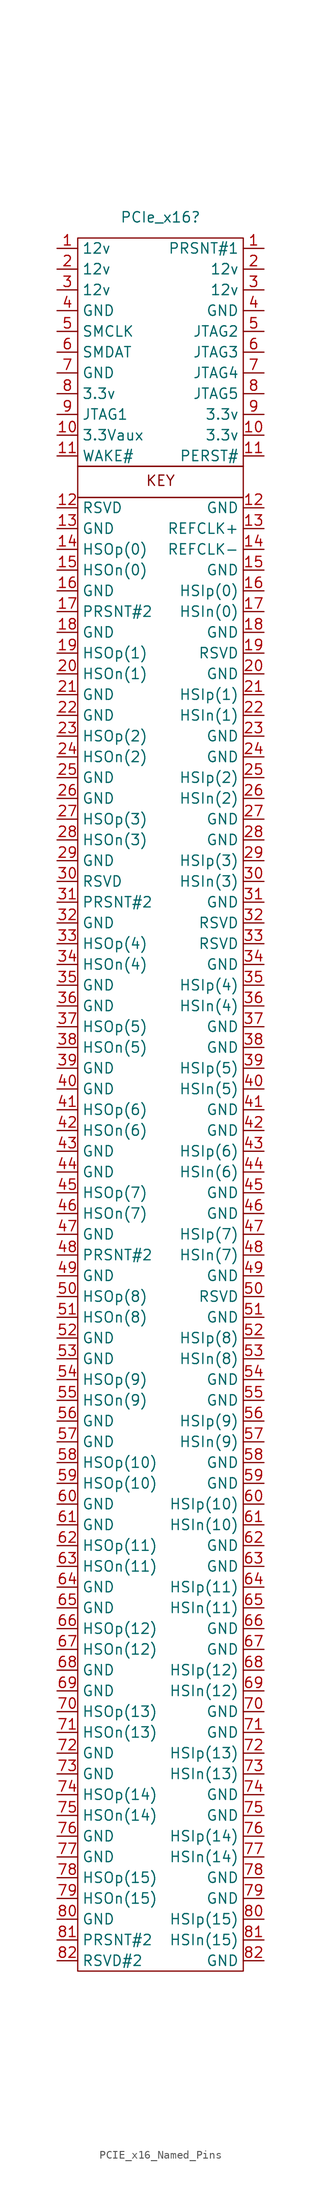
<source format=kicad_sym>
(kicad_symbol_lib
  (version 20220914)
  (generator kicad_symbol_editor)
  (symbol "PCIE_x16_Named_Pins"
    (property "Reference" "PCIe_x16"
      (at 0 2.54 0)
      (effects (font (size 1.27 1.27))))
    (property "Value" ""
      (at -11.43 -1.27 0)
      (effects (font (size 1.27 1.27))))
    (symbol "PCIE_x16_Named_Pins_1_1"
      (rectangle (start -10.16 -31.75) (end 10.16 -212.09) (stroke (width 0) (type default)) (fill (type none)))
      (rectangle (start -10.16 0) (end 10.16 -27.94) (stroke (width 0) (type default)) (fill (type none)))
      (text_box "KEY" (at -10.16 -27.94 0) (size 20.32 -3.81) (stroke (width 0) (type default)) (fill (type none)) (effects (font (size 1.27 1.27)) (justify top)))
      (pin input line (at -12.7 -1.27 0) (length 2.54) (name "12v" (effects (font (size 1.27 1.27)))) (number "1" (effects (font (size 1.27 1.27)))))
      (pin input line (at 12.7 -1.27 180) (length 2.54) (name "PRSNT#1" (effects (font (size 1.27 1.27)))) (number "1" (effects (font (size 1.27 1.27)))))
      (pin input line (at -12.7 -24.13 0) (length 2.54) (name "3.3Vaux" (effects (font (size 1.27 1.27)))) (number "10" (effects (font (size 1.27 1.27)))))
      (pin input line (at 12.7 -24.13 180) (length 2.54) (name "3.3v" (effects (font (size 1.27 1.27)))) (number "10" (effects (font (size 1.27 1.27)))))
      (pin input line (at 12.7 -26.67 180) (length 2.54) (name "PERST#" (effects (font (size 1.27 1.27)))) (number "11" (effects (font (size 1.27 1.27)))))
      (pin input line (at -12.7 -26.67 0) (length 2.54) (name "WAKE#" (effects (font (size 1.27 1.27)))) (number "11" (effects (font (size 1.27 1.27)))))
      (pin input line (at 12.7 -33.02 180) (length 2.54) (name "GND" (effects (font (size 1.27 1.27)))) (number "12" (effects (font (size 1.27 1.27)))))
      (pin input line (at -12.7 -33.02 0) (length 2.54) (name "RSVD" (effects (font (size 1.27 1.27)))) (number "12" (effects (font (size 1.27 1.27)))))
      (pin input line (at -12.7 -35.56 0) (length 2.54) (name "GND" (effects (font (size 1.27 1.27)))) (number "13" (effects (font (size 1.27 1.27)))))
      (pin input line (at 12.7 -35.56 180) (length 2.54) (name "REFCLK+" (effects (font (size 1.27 1.27)))) (number "13" (effects (font (size 1.27 1.27)))))
      (pin input line (at -12.7 -38.1 0) (length 2.54) (name "HSOp(0)" (effects (font (size 1.27 1.27)))) (number "14" (effects (font (size 1.27 1.27)))))
      (pin input line (at 12.7 -38.1 180) (length 2.54) (name "REFCLK-" (effects (font (size 1.27 1.27)))) (number "14" (effects (font (size 1.27 1.27)))))
      (pin input line (at 12.7 -40.64 180) (length 2.54) (name "GND" (effects (font (size 1.27 1.27)))) (number "15" (effects (font (size 1.27 1.27)))))
      (pin input line (at -12.7 -40.64 0) (length 2.54) (name "HSOn(0)" (effects (font (size 1.27 1.27)))) (number "15" (effects (font (size 1.27 1.27)))))
      (pin input line (at -12.7 -43.18 0) (length 2.54) (name "GND" (effects (font (size 1.27 1.27)))) (number "16" (effects (font (size 1.27 1.27)))))
      (pin input line (at 12.7 -43.18 180) (length 2.54) (name "HSIp(0)" (effects (font (size 1.27 1.27)))) (number "16" (effects (font (size 1.27 1.27)))))
      (pin input line (at 12.7 -45.72 180) (length 2.54) (name "HSIn(0)" (effects (font (size 1.27 1.27)))) (number "17" (effects (font (size 1.27 1.27)))))
      (pin input line (at -12.7 -45.72 0) (length 2.54) (name "PRSNT#2" (effects (font (size 1.27 1.27)))) (number "17" (effects (font (size 1.27 1.27)))))
      (pin input line (at -12.7 -48.26 0) (length 2.54) (name "GND" (effects (font (size 1.27 1.27)))) (number "18" (effects (font (size 1.27 1.27)))))
      (pin input line (at 12.7 -48.26 180) (length 2.54) (name "GND" (effects (font (size 1.27 1.27)))) (number "18" (effects (font (size 1.27 1.27)))))
      (pin input line (at -12.7 -50.8 0) (length 2.54) (name "HSOp(1)" (effects (font (size 1.27 1.27)))) (number "19" (effects (font (size 1.27 1.27)))))
      (pin input line (at 12.7 -50.8 180) (length 2.54) (name "RSVD" (effects (font (size 1.27 1.27)))) (number "19" (effects (font (size 1.27 1.27)))))
      (pin input line (at -12.7 -3.81 0) (length 2.54) (name "12v" (effects (font (size 1.27 1.27)))) (number "2" (effects (font (size 1.27 1.27)))))
      (pin input line (at 12.7 -3.81 180) (length 2.54) (name "12v" (effects (font (size 1.27 1.27)))) (number "2" (effects (font (size 1.27 1.27)))))
      (pin input line (at 12.7 -53.34 180) (length 2.54) (name "GND" (effects (font (size 1.27 1.27)))) (number "20" (effects (font (size 1.27 1.27)))))
      (pin input line (at -12.7 -53.34 0) (length 2.54) (name "HSOn(1)" (effects (font (size 1.27 1.27)))) (number "20" (effects (font (size 1.27 1.27)))))
      (pin input line (at -12.7 -55.88 0) (length 2.54) (name "GND" (effects (font (size 1.27 1.27)))) (number "21" (effects (font (size 1.27 1.27)))))
      (pin input line (at 12.7 -55.88 180) (length 2.54) (name "HSIp(1)" (effects (font (size 1.27 1.27)))) (number "21" (effects (font (size 1.27 1.27)))))
      (pin input line (at -12.7 -58.42 0) (length 2.54) (name "GND" (effects (font (size 1.27 1.27)))) (number "22" (effects (font (size 1.27 1.27)))))
      (pin input line (at 12.7 -58.42 180) (length 2.54) (name "HSIn(1)" (effects (font (size 1.27 1.27)))) (number "22" (effects (font (size 1.27 1.27)))))
      (pin input line (at 12.7 -60.96 180) (length 2.54) (name "GND" (effects (font (size 1.27 1.27)))) (number "23" (effects (font (size 1.27 1.27)))))
      (pin input line (at -12.7 -60.96 0) (length 2.54) (name "HSOp(2)" (effects (font (size 1.27 1.27)))) (number "23" (effects (font (size 1.27 1.27)))))
      (pin input line (at 12.7 -63.5 180) (length 2.54) (name "GND" (effects (font (size 1.27 1.27)))) (number "24" (effects (font (size 1.27 1.27)))))
      (pin input line (at -12.7 -63.5 0) (length 2.54) (name "HSOn(2)" (effects (font (size 1.27 1.27)))) (number "24" (effects (font (size 1.27 1.27)))))
      (pin input line (at -12.7 -66.04 0) (length 2.54) (name "GND" (effects (font (size 1.27 1.27)))) (number "25" (effects (font (size 1.27 1.27)))))
      (pin input line (at 12.7 -66.04 180) (length 2.54) (name "HSIp(2)" (effects (font (size 1.27 1.27)))) (number "25" (effects (font (size 1.27 1.27)))))
      (pin input line (at -12.7 -68.58 0) (length 2.54) (name "GND" (effects (font (size 1.27 1.27)))) (number "26" (effects (font (size 1.27 1.27)))))
      (pin input line (at 12.7 -68.58 180) (length 2.54) (name "HSIn(2)" (effects (font (size 1.27 1.27)))) (number "26" (effects (font (size 1.27 1.27)))))
      (pin input line (at 12.7 -71.12 180) (length 2.54) (name "GND" (effects (font (size 1.27 1.27)))) (number "27" (effects (font (size 1.27 1.27)))))
      (pin input line (at -12.7 -71.12 0) (length 2.54) (name "HSOp(3)" (effects (font (size 1.27 1.27)))) (number "27" (effects (font (size 1.27 1.27)))))
      (pin input line (at 12.7 -73.66 180) (length 2.54) (name "GND" (effects (font (size 1.27 1.27)))) (number "28" (effects (font (size 1.27 1.27)))))
      (pin input line (at -12.7 -73.66 0) (length 2.54) (name "HSOn(3)" (effects (font (size 1.27 1.27)))) (number "28" (effects (font (size 1.27 1.27)))))
      (pin input line (at -12.7 -76.2 0) (length 2.54) (name "GND" (effects (font (size 1.27 1.27)))) (number "29" (effects (font (size 1.27 1.27)))))
      (pin input line (at 12.7 -76.2 180) (length 2.54) (name "HSIp(3)" (effects (font (size 1.27 1.27)))) (number "29" (effects (font (size 1.27 1.27)))))
      (pin input line (at -12.7 -6.35 0) (length 2.54) (name "12v" (effects (font (size 1.27 1.27)))) (number "3" (effects (font (size 1.27 1.27)))))
      (pin input line (at 12.7 -6.35 180) (length 2.54) (name "12v" (effects (font (size 1.27 1.27)))) (number "3" (effects (font (size 1.27 1.27)))))
      (pin input line (at 12.7 -78.74 180) (length 2.54) (name "HSIn(3)" (effects (font (size 1.27 1.27)))) (number "30" (effects (font (size 1.27 1.27)))))
      (pin input line (at -12.7 -78.74 0) (length 2.54) (name "RSVD" (effects (font (size 1.27 1.27)))) (number "30" (effects (font (size 1.27 1.27)))))
      (pin input line (at 12.7 -81.28 180) (length 2.54) (name "GND" (effects (font (size 1.27 1.27)))) (number "31" (effects (font (size 1.27 1.27)))))
      (pin input line (at -12.7 -81.28 0) (length 2.54) (name "PRSNT#2" (effects (font (size 1.27 1.27)))) (number "31" (effects (font (size 1.27 1.27)))))
      (pin input line (at -12.7 -83.82 0) (length 2.54) (name "GND" (effects (font (size 1.27 1.27)))) (number "32" (effects (font (size 1.27 1.27)))))
      (pin input line (at 12.7 -83.82 180) (length 2.54) (name "RSVD" (effects (font (size 1.27 1.27)))) (number "32" (effects (font (size 1.27 1.27)))))
      (pin input line (at -12.7 -86.36 0) (length 2.54) (name "HSOp(4)" (effects (font (size 1.27 1.27)))) (number "33" (effects (font (size 1.27 1.27)))))
      (pin input line (at 12.7 -86.36 180) (length 2.54) (name "RSVD" (effects (font (size 1.27 1.27)))) (number "33" (effects (font (size 1.27 1.27)))))
      (pin input line (at 12.7 -88.9 180) (length 2.54) (name "GND" (effects (font (size 1.27 1.27)))) (number "34" (effects (font (size 1.27 1.27)))))
      (pin input line (at -12.7 -88.9 0) (length 2.54) (name "HSOn(4)" (effects (font (size 1.27 1.27)))) (number "34" (effects (font (size 1.27 1.27)))))
      (pin input line (at -12.7 -91.44 0) (length 2.54) (name "GND" (effects (font (size 1.27 1.27)))) (number "35" (effects (font (size 1.27 1.27)))))
      (pin input line (at 12.7 -91.44 180) (length 2.54) (name "HSIp(4)" (effects (font (size 1.27 1.27)))) (number "35" (effects (font (size 1.27 1.27)))))
      (pin input line (at -12.7 -93.98 0) (length 2.54) (name "GND" (effects (font (size 1.27 1.27)))) (number "36" (effects (font (size 1.27 1.27)))))
      (pin input line (at 12.7 -93.98 180) (length 2.54) (name "HSIn(4)" (effects (font (size 1.27 1.27)))) (number "36" (effects (font (size 1.27 1.27)))))
      (pin input line (at 12.7 -96.52 180) (length 2.54) (name "GND" (effects (font (size 1.27 1.27)))) (number "37" (effects (font (size 1.27 1.27)))))
      (pin input line (at -12.7 -96.52 0) (length 2.54) (name "HSOp(5)" (effects (font (size 1.27 1.27)))) (number "37" (effects (font (size 1.27 1.27)))))
      (pin input line (at 12.7 -99.06 180) (length 2.54) (name "GND" (effects (font (size 1.27 1.27)))) (number "38" (effects (font (size 1.27 1.27)))))
      (pin input line (at -12.7 -99.06 0) (length 2.54) (name "HSOn(5)" (effects (font (size 1.27 1.27)))) (number "38" (effects (font (size 1.27 1.27)))))
      (pin input line (at -12.7 -101.6 0) (length 2.54) (name "GND" (effects (font (size 1.27 1.27)))) (number "39" (effects (font (size 1.27 1.27)))))
      (pin input line (at 12.7 -101.6 180) (length 2.54) (name "HSIp(5)" (effects (font (size 1.27 1.27)))) (number "39" (effects (font (size 1.27 1.27)))))
      (pin input line (at -12.7 -8.89 0) (length 2.54) (name "GND" (effects (font (size 1.27 1.27)))) (number "4" (effects (font (size 1.27 1.27)))))
      (pin input line (at 12.7 -8.89 180) (length 2.54) (name "GND" (effects (font (size 1.27 1.27)))) (number "4" (effects (font (size 1.27 1.27)))))
      (pin input line (at -12.7 -104.14 0) (length 2.54) (name "GND" (effects (font (size 1.27 1.27)))) (number "40" (effects (font (size 1.27 1.27)))))
      (pin input line (at 12.7 -104.14 180) (length 2.54) (name "HSIn(5)" (effects (font (size 1.27 1.27)))) (number "40" (effects (font (size 1.27 1.27)))))
      (pin input line (at 12.7 -106.68 180) (length 2.54) (name "GND" (effects (font (size 1.27 1.27)))) (number "41" (effects (font (size 1.27 1.27)))))
      (pin input line (at -12.7 -106.68 0) (length 2.54) (name "HSOp(6)" (effects (font (size 1.27 1.27)))) (number "41" (effects (font (size 1.27 1.27)))))
      (pin input line (at 12.7 -109.22 180) (length 2.54) (name "GND" (effects (font (size 1.27 1.27)))) (number "42" (effects (font (size 1.27 1.27)))))
      (pin input line (at -12.7 -109.22 0) (length 2.54) (name "HSOn(6)" (effects (font (size 1.27 1.27)))) (number "42" (effects (font (size 1.27 1.27)))))
      (pin input line (at -12.7 -111.76 0) (length 2.54) (name "GND" (effects (font (size 1.27 1.27)))) (number "43" (effects (font (size 1.27 1.27)))))
      (pin input line (at 12.7 -111.76 180) (length 2.54) (name "HSIp(6)" (effects (font (size 1.27 1.27)))) (number "43" (effects (font (size 1.27 1.27)))))
      (pin input line (at -12.7 -114.3 0) (length 2.54) (name "GND" (effects (font (size 1.27 1.27)))) (number "44" (effects (font (size 1.27 1.27)))))
      (pin input line (at 12.7 -114.3 180) (length 2.54) (name "HSIn(6)" (effects (font (size 1.27 1.27)))) (number "44" (effects (font (size 1.27 1.27)))))
      (pin input line (at 12.7 -116.84 180) (length 2.54) (name "GND" (effects (font (size 1.27 1.27)))) (number "45" (effects (font (size 1.27 1.27)))))
      (pin input line (at -12.7 -116.84 0) (length 2.54) (name "HSOp(7)" (effects (font (size 1.27 1.27)))) (number "45" (effects (font (size 1.27 1.27)))))
      (pin input line (at 12.7 -119.38 180) (length 2.54) (name "GND" (effects (font (size 1.27 1.27)))) (number "46" (effects (font (size 1.27 1.27)))))
      (pin input line (at -12.7 -119.38 0) (length 2.54) (name "HSOn(7)" (effects (font (size 1.27 1.27)))) (number "46" (effects (font (size 1.27 1.27)))))
      (pin input line (at -12.7 -121.92 0) (length 2.54) (name "GND" (effects (font (size 1.27 1.27)))) (number "47" (effects (font (size 1.27 1.27)))))
      (pin input line (at 12.7 -121.92 180) (length 2.54) (name "HSIp(7)" (effects (font (size 1.27 1.27)))) (number "47" (effects (font (size 1.27 1.27)))))
      (pin input line (at 12.7 -124.46 180) (length 2.54) (name "HSIn(7)" (effects (font (size 1.27 1.27)))) (number "48" (effects (font (size 1.27 1.27)))))
      (pin input line (at -12.7 -124.46 0) (length 2.54) (name "PRSNT#2" (effects (font (size 1.27 1.27)))) (number "48" (effects (font (size 1.27 1.27)))))
      (pin input line (at -12.7 -127 0) (length 2.54) (name "GND" (effects (font (size 1.27 1.27)))) (number "49" (effects (font (size 1.27 1.27)))))
      (pin input line (at 12.7 -127 180) (length 2.54) (name "GND" (effects (font (size 1.27 1.27)))) (number "49" (effects (font (size 1.27 1.27)))))
      (pin input line (at 12.7 -11.43 180) (length 2.54) (name "JTAG2" (effects (font (size 1.27 1.27)))) (number "5" (effects (font (size 1.27 1.27)))))
      (pin input line (at -12.7 -11.43 0) (length 2.54) (name "SMCLK" (effects (font (size 1.27 1.27)))) (number "5" (effects (font (size 1.27 1.27)))))
      (pin input line (at -12.7 -129.54 0) (length 2.54) (name "HSOp(8)" (effects (font (size 1.27 1.27)))) (number "50" (effects (font (size 1.27 1.27)))))
      (pin input line (at 12.7 -129.54 180) (length 2.54) (name "RSVD" (effects (font (size 1.27 1.27)))) (number "50" (effects (font (size 1.27 1.27)))))
      (pin input line (at 12.7 -132.08 180) (length 2.54) (name "GND" (effects (font (size 1.27 1.27)))) (number "51" (effects (font (size 1.27 1.27)))))
      (pin input line (at -12.7 -132.08 0) (length 2.54) (name "HSOn(8)" (effects (font (size 1.27 1.27)))) (number "51" (effects (font (size 1.27 1.27)))))
      (pin input line (at -12.7 -134.62 0) (length 2.54) (name "GND" (effects (font (size 1.27 1.27)))) (number "52" (effects (font (size 1.27 1.27)))))
      (pin input line (at 12.7 -134.62 180) (length 2.54) (name "HSIp(8)" (effects (font (size 1.27 1.27)))) (number "52" (effects (font (size 1.27 1.27)))))
      (pin input line (at -12.7 -137.16 0) (length 2.54) (name "GND" (effects (font (size 1.27 1.27)))) (number "53" (effects (font (size 1.27 1.27)))))
      (pin input line (at 12.7 -137.16 180) (length 2.54) (name "HSIn(8)" (effects (font (size 1.27 1.27)))) (number "53" (effects (font (size 1.27 1.27)))))
      (pin input line (at 12.7 -139.7 180) (length 2.54) (name "GND" (effects (font (size 1.27 1.27)))) (number "54" (effects (font (size 1.27 1.27)))))
      (pin input line (at -12.7 -139.7 0) (length 2.54) (name "HSOp(9)" (effects (font (size 1.27 1.27)))) (number "54" (effects (font (size 1.27 1.27)))))
      (pin input line (at 12.7 -142.24 180) (length 2.54) (name "GND" (effects (font (size 1.27 1.27)))) (number "55" (effects (font (size 1.27 1.27)))))
      (pin input line (at -12.7 -142.24 0) (length 2.54) (name "HSOn(9)" (effects (font (size 1.27 1.27)))) (number "55" (effects (font (size 1.27 1.27)))))
      (pin input line (at -12.7 -144.78 0) (length 2.54) (name "GND" (effects (font (size 1.27 1.27)))) (number "56" (effects (font (size 1.27 1.27)))))
      (pin input line (at 12.7 -144.78 180) (length 2.54) (name "HSIp(9)" (effects (font (size 1.27 1.27)))) (number "56" (effects (font (size 1.27 1.27)))))
      (pin input line (at -12.7 -147.32 0) (length 2.54) (name "GND" (effects (font (size 1.27 1.27)))) (number "57" (effects (font (size 1.27 1.27)))))
      (pin input line (at 12.7 -147.32 180) (length 2.54) (name "HSIn(9)" (effects (font (size 1.27 1.27)))) (number "57" (effects (font (size 1.27 1.27)))))
      (pin input line (at 12.7 -149.86 180) (length 2.54) (name "GND" (effects (font (size 1.27 1.27)))) (number "58" (effects (font (size 1.27 1.27)))))
      (pin input line (at -12.7 -149.86 0) (length 2.54) (name "HSOp(10)" (effects (font (size 1.27 1.27)))) (number "58" (effects (font (size 1.27 1.27)))))
      (pin input line (at 12.7 -152.4 180) (length 2.54) (name "GND" (effects (font (size 1.27 1.27)))) (number "59" (effects (font (size 1.27 1.27)))))
      (pin input line (at -12.7 -152.4 0) (length 2.54) (name "HSOp(10)" (effects (font (size 1.27 1.27)))) (number "59" (effects (font (size 1.27 1.27)))))
      (pin input line (at 12.7 -13.97 180) (length 2.54) (name "JTAG3" (effects (font (size 1.27 1.27)))) (number "6" (effects (font (size 1.27 1.27)))))
      (pin input line (at -12.7 -13.97 0) (length 2.54) (name "SMDAT" (effects (font (size 1.27 1.27)))) (number "6" (effects (font (size 1.27 1.27)))))
      (pin input line (at -12.7 -154.94 0) (length 2.54) (name "GND" (effects (font (size 1.27 1.27)))) (number "60" (effects (font (size 1.27 1.27)))))
      (pin input line (at 12.7 -154.94 180) (length 2.54) (name "HSIp(10)" (effects (font (size 1.27 1.27)))) (number "60" (effects (font (size 1.27 1.27)))))
      (pin input line (at -12.7 -157.48 0) (length 2.54) (name "GND" (effects (font (size 1.27 1.27)))) (number "61" (effects (font (size 1.27 1.27)))))
      (pin input line (at 12.7 -157.48 180) (length 2.54) (name "HSIn(10)" (effects (font (size 1.27 1.27)))) (number "61" (effects (font (size 1.27 1.27)))))
      (pin input line (at 12.7 -160.02 180) (length 2.54) (name "GND" (effects (font (size 1.27 1.27)))) (number "62" (effects (font (size 1.27 1.27)))))
      (pin input line (at -12.7 -160.02 0) (length 2.54) (name "HSOp(11)" (effects (font (size 1.27 1.27)))) (number "62" (effects (font (size 1.27 1.27)))))
      (pin input line (at 12.7 -162.56 180) (length 2.54) (name "GND" (effects (font (size 1.27 1.27)))) (number "63" (effects (font (size 1.27 1.27)))))
      (pin input line (at -12.7 -162.56 0) (length 2.54) (name "HSOn(11)" (effects (font (size 1.27 1.27)))) (number "63" (effects (font (size 1.27 1.27)))))
      (pin input line (at -12.7 -165.1 0) (length 2.54) (name "GND" (effects (font (size 1.27 1.27)))) (number "64" (effects (font (size 1.27 1.27)))))
      (pin input line (at 12.7 -165.1 180) (length 2.54) (name "HSIp(11)" (effects (font (size 1.27 1.27)))) (number "64" (effects (font (size 1.27 1.27)))))
      (pin input line (at -12.7 -167.64 0) (length 2.54) (name "GND" (effects (font (size 1.27 1.27)))) (number "65" (effects (font (size 1.27 1.27)))))
      (pin input line (at 12.7 -167.64 180) (length 2.54) (name "HSIn(11)" (effects (font (size 1.27 1.27)))) (number "65" (effects (font (size 1.27 1.27)))))
      (pin input line (at 12.7 -170.18 180) (length 2.54) (name "GND" (effects (font (size 1.27 1.27)))) (number "66" (effects (font (size 1.27 1.27)))))
      (pin input line (at -12.7 -170.18 0) (length 2.54) (name "HSOp(12)" (effects (font (size 1.27 1.27)))) (number "66" (effects (font (size 1.27 1.27)))))
      (pin input line (at 12.7 -172.72 180) (length 2.54) (name "GND" (effects (font (size 1.27 1.27)))) (number "67" (effects (font (size 1.27 1.27)))))
      (pin input line (at -12.7 -172.72 0) (length 2.54) (name "HSOn(12)" (effects (font (size 1.27 1.27)))) (number "67" (effects (font (size 1.27 1.27)))))
      (pin input line (at -12.7 -175.26 0) (length 2.54) (name "GND" (effects (font (size 1.27 1.27)))) (number "68" (effects (font (size 1.27 1.27)))))
      (pin input line (at 12.7 -175.26 180) (length 2.54) (name "HSIp(12)" (effects (font (size 1.27 1.27)))) (number "68" (effects (font (size 1.27 1.27)))))
      (pin input line (at -12.7 -177.8 0) (length 2.54) (name "GND" (effects (font (size 1.27 1.27)))) (number "69" (effects (font (size 1.27 1.27)))))
      (pin input line (at 12.7 -177.8 180) (length 2.54) (name "HSIn(12)" (effects (font (size 1.27 1.27)))) (number "69" (effects (font (size 1.27 1.27)))))
      (pin input line (at -12.7 -16.51 0) (length 2.54) (name "GND" (effects (font (size 1.27 1.27)))) (number "7" (effects (font (size 1.27 1.27)))))
      (pin input line (at 12.7 -16.51 180) (length 2.54) (name "JTAG4" (effects (font (size 1.27 1.27)))) (number "7" (effects (font (size 1.27 1.27)))))
      (pin input line (at 12.7 -180.34 180) (length 2.54) (name "GND" (effects (font (size 1.27 1.27)))) (number "70" (effects (font (size 1.27 1.27)))))
      (pin input line (at -12.7 -180.34 0) (length 2.54) (name "HSOp(13)" (effects (font (size 1.27 1.27)))) (number "70" (effects (font (size 1.27 1.27)))))
      (pin input line (at 12.7 -182.88 180) (length 2.54) (name "GND" (effects (font (size 1.27 1.27)))) (number "71" (effects (font (size 1.27 1.27)))))
      (pin input line (at -12.7 -182.88 0) (length 2.54) (name "HSOn(13)" (effects (font (size 1.27 1.27)))) (number "71" (effects (font (size 1.27 1.27)))))
      (pin input line (at -12.7 -185.42 0) (length 2.54) (name "GND" (effects (font (size 1.27 1.27)))) (number "72" (effects (font (size 1.27 1.27)))))
      (pin input line (at 12.7 -185.42 180) (length 2.54) (name "HSIp(13)" (effects (font (size 1.27 1.27)))) (number "72" (effects (font (size 1.27 1.27)))))
      (pin input line (at -12.7 -187.96 0) (length 2.54) (name "GND" (effects (font (size 1.27 1.27)))) (number "73" (effects (font (size 1.27 1.27)))))
      (pin input line (at 12.7 -187.96 180) (length 2.54) (name "HSIn(13)" (effects (font (size 1.27 1.27)))) (number "73" (effects (font (size 1.27 1.27)))))
      (pin input line (at 12.7 -190.5 180) (length 2.54) (name "GND" (effects (font (size 1.27 1.27)))) (number "74" (effects (font (size 1.27 1.27)))))
      (pin input line (at -12.7 -190.5 0) (length 2.54) (name "HSOp(14)" (effects (font (size 1.27 1.27)))) (number "74" (effects (font (size 1.27 1.27)))))
      (pin input line (at 12.7 -193.04 180) (length 2.54) (name "GND" (effects (font (size 1.27 1.27)))) (number "75" (effects (font (size 1.27 1.27)))))
      (pin input line (at -12.7 -193.04 0) (length 2.54) (name "HSOn(14)" (effects (font (size 1.27 1.27)))) (number "75" (effects (font (size 1.27 1.27)))))
      (pin input line (at -12.7 -195.58 0) (length 2.54) (name "GND" (effects (font (size 1.27 1.27)))) (number "76" (effects (font (size 1.27 1.27)))))
      (pin input line (at 12.7 -195.58 180) (length 2.54) (name "HSIp(14)" (effects (font (size 1.27 1.27)))) (number "76" (effects (font (size 1.27 1.27)))))
      (pin input line (at -12.7 -198.12 0) (length 2.54) (name "GND" (effects (font (size 1.27 1.27)))) (number "77" (effects (font (size 1.27 1.27)))))
      (pin input line (at 12.7 -198.12 180) (length 2.54) (name "HSIn(14)" (effects (font (size 1.27 1.27)))) (number "77" (effects (font (size 1.27 1.27)))))
      (pin input line (at 12.7 -200.66 180) (length 2.54) (name "GND" (effects (font (size 1.27 1.27)))) (number "78" (effects (font (size 1.27 1.27)))))
      (pin input line (at -12.7 -200.66 0) (length 2.54) (name "HSOp(15)" (effects (font (size 1.27 1.27)))) (number "78" (effects (font (size 1.27 1.27)))))
      (pin input line (at 12.7 -203.2 180) (length 2.54) (name "GND" (effects (font (size 1.27 1.27)))) (number "79" (effects (font (size 1.27 1.27)))))
      (pin input line (at -12.7 -203.2 0) (length 2.54) (name "HSOn(15)" (effects (font (size 1.27 1.27)))) (number "79" (effects (font (size 1.27 1.27)))))
      (pin input line (at -12.7 -19.05 0) (length 2.54) (name "3.3v" (effects (font (size 1.27 1.27)))) (number "8" (effects (font (size 1.27 1.27)))))
      (pin input line (at 12.7 -19.05 180) (length 2.54) (name "JTAG5" (effects (font (size 1.27 1.27)))) (number "8" (effects (font (size 1.27 1.27)))))
      (pin input line (at -12.7 -205.74 0) (length 2.54) (name "GND" (effects (font (size 1.27 1.27)))) (number "80" (effects (font (size 1.27 1.27)))))
      (pin input line (at 12.7 -205.74 180) (length 2.54) (name "HSIp(15)" (effects (font (size 1.27 1.27)))) (number "80" (effects (font (size 1.27 1.27)))))
      (pin input line (at 12.7 -208.28 180) (length 2.54) (name "HSIn(15)" (effects (font (size 1.27 1.27)))) (number "81" (effects (font (size 1.27 1.27)))))
      (pin input line (at -12.7 -208.28 0) (length 2.54) (name "PRSNT#2" (effects (font (size 1.27 1.27)))) (number "81" (effects (font (size 1.27 1.27)))))
      (pin input line (at 12.7 -210.82 180) (length 2.54) (name "GND" (effects (font (size 1.27 1.27)))) (number "82" (effects (font (size 1.27 1.27)))))
      (pin input line (at -12.7 -210.82 0) (length 2.54) (name "RSVD#2" (effects (font (size 1.27 1.27)))) (number "82" (effects (font (size 1.27 1.27)))))
      (pin input line (at 12.7 -21.59 180) (length 2.54) (name "3.3v" (effects (font (size 1.27 1.27)))) (number "9" (effects (font (size 1.27 1.27)))))
      (pin input line (at -12.7 -21.59 0) (length 2.54) (name "JTAG1" (effects (font (size 1.27 1.27)))) (number "9" (effects (font (size 1.27 1.27))))))))
</source>
